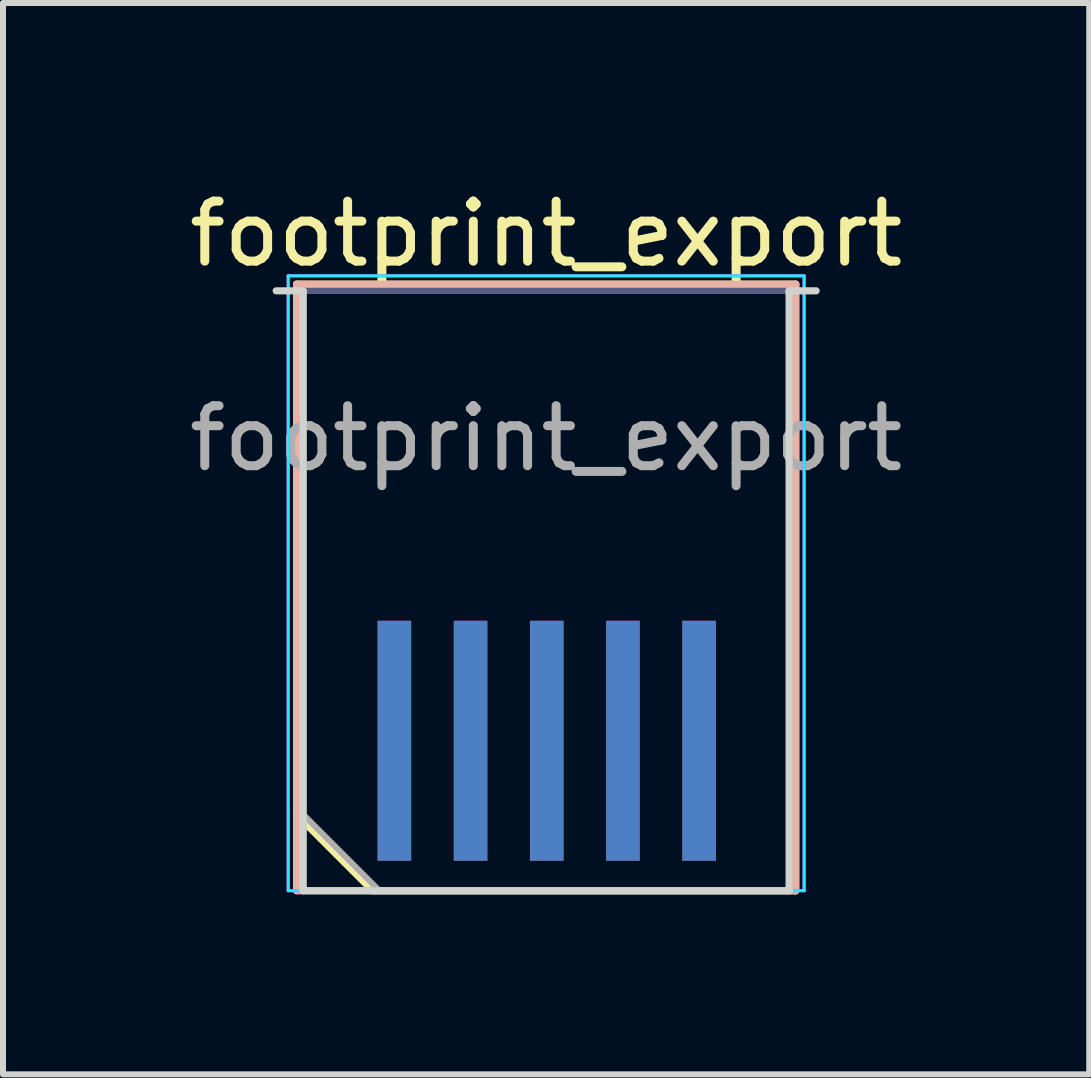
<source format=kicad_pcb>
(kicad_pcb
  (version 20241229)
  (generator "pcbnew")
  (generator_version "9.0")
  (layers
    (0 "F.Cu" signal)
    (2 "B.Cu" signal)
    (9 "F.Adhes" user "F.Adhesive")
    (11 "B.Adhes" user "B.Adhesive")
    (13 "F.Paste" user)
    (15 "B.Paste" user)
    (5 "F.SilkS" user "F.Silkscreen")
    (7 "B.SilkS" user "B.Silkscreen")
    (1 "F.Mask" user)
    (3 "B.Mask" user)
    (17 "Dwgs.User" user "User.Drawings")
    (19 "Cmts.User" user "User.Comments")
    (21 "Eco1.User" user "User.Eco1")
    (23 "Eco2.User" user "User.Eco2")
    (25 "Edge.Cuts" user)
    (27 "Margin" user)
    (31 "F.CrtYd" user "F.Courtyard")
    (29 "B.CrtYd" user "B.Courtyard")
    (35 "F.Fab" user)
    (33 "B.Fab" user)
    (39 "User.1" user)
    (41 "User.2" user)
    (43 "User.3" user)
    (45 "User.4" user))
  (footprint "footprint_export"
    (layer "F.Cu")
    (at 6.054 6.798)
    (property "Reference" "footprint_export" (at 0 -5.95 0) (layer "F.SilkS") (effects (font (size 1 1) (thickness 0.15))))
    (attr exclude_from_pos_files exclude_from_bom)
    (fp_line (start -4.16 -5.11) (end 4.16 -5.11) (stroke (width 0.12) (type solid)) (layer "F.SilkS"))
    (fp_line (start -4.16 3.73) (end -4.16 -5.11) (stroke (width 0.12) (type solid)) (layer "F.SilkS"))
    (fp_line (start -2.89 5) (end -4.16 3.73) (stroke (width 0.12) (type solid)) (layer "F.SilkS"))
    (fp_line (start -2.89 5) (end 4.16 5) (stroke (width 0.12) (type solid)) (layer "F.SilkS"))
    (fp_line (start 4.16 5) (end 4.16 -5.11) (stroke (width 0.12) (type solid)) (layer "F.SilkS"))
    (fp_line (start -4.16 -5.11) (end 4.16 -5.11) (stroke (width 0.12) (type solid)) (layer "B.SilkS"))
    (fp_line (start -4.16 5) (end -4.16 -5.11) (stroke (width 0.12) (type solid)) (layer "B.SilkS"))
    (fp_line (start -4.16 5) (end 4.16 5) (stroke (width 0.12) (type solid)) (layer "B.SilkS"))
    (fp_line (start 4.16 5) (end 4.16 -5.11) (stroke (width 0.12) (type solid)) (layer "B.SilkS"))
    (fp_line (start -4.5 -5) (end -4.05 -5) (stroke (width 0.12) (type solid)) (layer "Edge.Cuts"))
    (fp_line (start -4.05 5) (end -4.05 -5) (stroke (width 0.12) (type solid)) (layer "Edge.Cuts"))
    (fp_line (start -4.05 5) (end 4.05 5) (stroke (width 0.12) (type solid)) (layer "Edge.Cuts"))
    (fp_line (start 4.05 5) (end 4.05 -5) (stroke (width 0.12) (type solid)) (layer "Edge.Cuts"))
    (fp_line (start 4.5 -5) (end 4.05 -5) (stroke (width 0.12) (type solid)) (layer "Edge.Cuts"))
    (fp_line (start -4.3 -5.25) (end -4.3 5) (stroke (width 0.05) (type solid)) (layer "B.CrtYd"))
    (fp_line (start -4.3 5) (end 4.3 5) (stroke (width 0.05) (type solid)) (layer "B.CrtYd"))
    (fp_line (start 4.3 -5.25) (end -4.3 -5.25) (stroke (width 0.05) (type solid)) (layer "B.CrtYd"))
    (fp_line (start 4.3 5) (end 4.3 -5.25) (stroke (width 0.05) (type solid)) (layer "B.CrtYd"))
    (fp_line (start -4.3 -5.25) (end -4.3 5) (stroke (width 0.05) (type solid)) (layer "F.CrtYd"))
    (fp_line (start -4.3 5) (end 4.3 5) (stroke (width 0.05) (type solid)) (layer "F.CrtYd"))
    (fp_line (start 4.3 -5.25) (end -4.3 -5.25) (stroke (width 0.05) (type solid)) (layer "F.CrtYd"))
    (fp_line (start 4.3 5) (end 4.3 -5.25) (stroke (width 0.05) (type solid)) (layer "F.CrtYd"))
    (fp_line (start -4.05 -5) (end 4.05 -5) (stroke (width 0.1) (type solid)) (layer "B.Fab"))
    (fp_line (start -4.05 5) (end -4.05 -5) (stroke (width 0.1) (type solid)) (layer "B.Fab"))
    (fp_line (start -4.05 5) (end 4.05 5) (stroke (width 0.1) (type solid)) (layer "B.Fab"))
    (fp_line (start 4.05 5) (end 4.05 -5) (stroke (width 0.1) (type solid)) (layer "B.Fab"))
    (fp_line (start -4.05 -5) (end 4.05 -5) (stroke (width 0.1) (type solid)) (layer "F.Fab"))
    (fp_line (start -4.05 3.73) (end -4.05 -5) (stroke (width 0.1) (type solid)) (layer "F.Fab"))
    (fp_line (start -4.05 3.73) (end -2.78 5) (stroke (width 0.1) (type solid)) (layer "F.Fab"))
    (fp_line (start -2.78 5) (end 4.05 5) (stroke (width 0.1) (type solid)) (layer "F.Fab"))
    (fp_line (start 4.05 5) (end 4.05 -5) (stroke (width 0.1) (type solid)) (layer "F.Fab"))
    (fp_text user "${REFERENCE}" (at 0 -2.54 0) (layer "F.Fab") (effects (font (size 1 1) (thickness 0.15))))
    (pad "1" connect rect (at -2.53 2.5) (size 0.56 4) (layers "F.Cu" "F.Mask"))
    (pad "2" connect rect (at -2.53 2.5) (size 0.56 4) (layers "B.Cu" "B.Mask"))
    (pad "3" connect rect (at -1.26 2.5) (size 0.56 4) (layers "F.Cu" "F.Mask"))
    (pad "4" connect rect (at -1.26 2.5) (size 0.56 4) (layers "B.Cu" "B.Mask"))
    (pad "5" connect rect (at 0.01 2.5) (size 0.56 4) (layers "F.Cu" "F.Mask"))
    (pad "6" connect rect (at 0.01 2.5) (size 0.56 4) (layers "B.Cu" "B.Mask"))
    (pad "7" connect rect (at 1.28 2.5) (size 0.56 4) (layers "F.Cu" "F.Mask"))
    (pad "8" connect rect (at 1.28 2.5) (size 0.56 4) (layers "B.Cu" "B.Mask"))
    (pad "9" connect rect (at 2.55 2.5) (size 0.56 4) (layers "F.Cu" "F.Mask"))
    (pad "10" connect rect (at 2.55 2.5) (size 0.56 4) (layers "B.Cu" "B.Mask")))
  (gr_rect
    (start -3 -3)
    (end 15.107 14.858)
    (stroke (width 0.1) (type default))
    (fill no)
    (layer "Edge.Cuts")))
</source>
